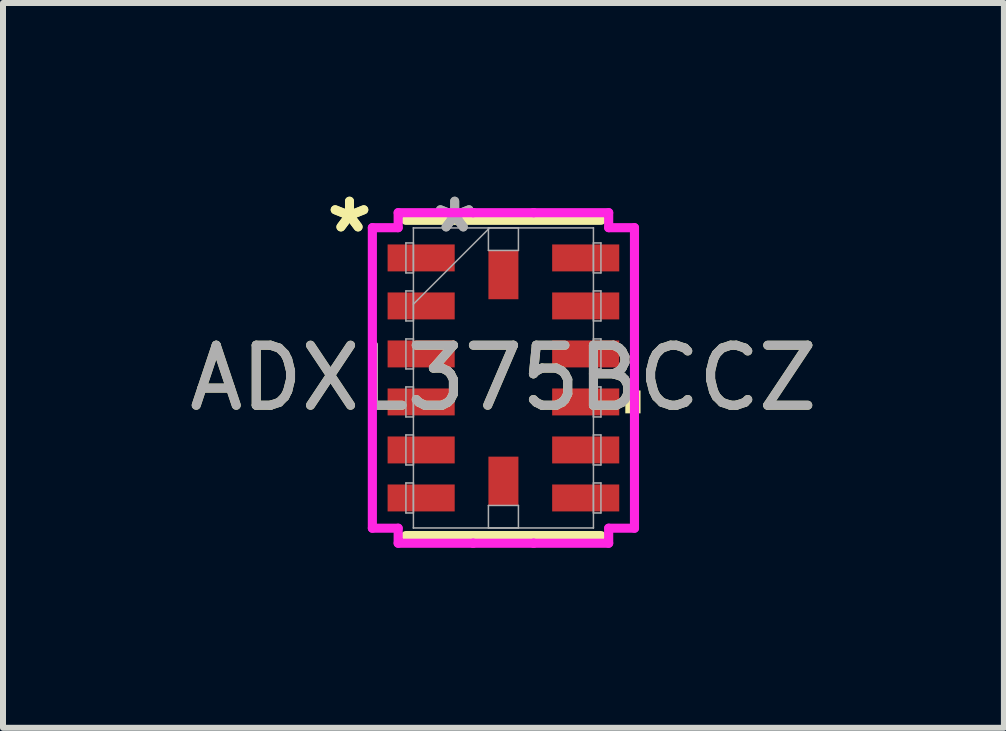
<source format=kicad_pcb>
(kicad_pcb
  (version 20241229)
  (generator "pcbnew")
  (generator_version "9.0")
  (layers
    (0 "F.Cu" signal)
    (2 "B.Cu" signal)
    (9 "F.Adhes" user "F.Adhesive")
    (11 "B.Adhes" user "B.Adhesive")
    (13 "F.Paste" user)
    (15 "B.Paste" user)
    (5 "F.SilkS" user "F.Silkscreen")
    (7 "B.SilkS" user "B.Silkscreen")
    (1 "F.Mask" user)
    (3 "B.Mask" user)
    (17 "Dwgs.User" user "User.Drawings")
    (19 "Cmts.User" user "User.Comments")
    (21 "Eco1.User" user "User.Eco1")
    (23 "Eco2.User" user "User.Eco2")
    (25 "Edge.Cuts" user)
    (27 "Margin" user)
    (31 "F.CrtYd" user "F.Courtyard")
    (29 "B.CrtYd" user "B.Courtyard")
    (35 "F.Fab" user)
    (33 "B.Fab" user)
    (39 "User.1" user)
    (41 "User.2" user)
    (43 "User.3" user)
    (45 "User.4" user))
  (footprint "ADXL375BCCZ"
    (layer "F.Cu")
    (at 5.339 3.248)
    (property "Reference" "ADXL375BCCZ" (at 0 0 0) (unlocked yes) (layer "F.SilkS") (effects (font (size 1 1) (thickness 0.15))))
    (attr smd)
    (fp_line (start -1.627 2.627) (end 1.627 2.627) (stroke (width 0.152) (type solid)) (layer "F.SilkS"))
    (fp_line (start 1.627 -2.627) (end -1.627 -2.627) (stroke (width 0.152) (type solid)) (layer "F.SilkS"))
    (fp_poly (pts (xy 2.285 0.209) (xy 2.285 0.59) (xy 2.031 0.59) (xy 2.031 0.209)) (stroke (width 0) (type solid)) (fill yes) (layer "F.SilkS"))
    (fp_line (start -2.184 -2.504) (end -1.754 -2.504) (stroke (width 0.152) (type solid)) (layer "F.CrtYd"))
    (fp_line (start -2.184 2.504) (end -2.184 -2.504) (stroke (width 0.152) (type solid)) (layer "F.CrtYd"))
    (fp_line (start -1.754 -2.754) (end -0.504 -2.754) (stroke (width 0.152) (type solid)) (layer "F.CrtYd"))
    (fp_line (start -1.754 -2.504) (end -1.754 -2.754) (stroke (width 0.152) (type solid)) (layer "F.CrtYd"))
    (fp_line (start -1.754 2.504) (end -2.184 2.504) (stroke (width 0.152) (type solid)) (layer "F.CrtYd"))
    (fp_line (start -1.754 2.754) (end -1.754 2.504) (stroke (width 0.152) (type solid)) (layer "F.CrtYd"))
    (fp_line (start -0.504 -2.754) (end -0.504 -2.754) (stroke (width 0.152) (type solid)) (layer "F.CrtYd"))
    (fp_line (start -0.504 -2.754) (end 0.504 -2.754) (stroke (width 0.152) (type solid)) (layer "F.CrtYd"))
    (fp_line (start -0.504 2.754) (end -1.754 2.754) (stroke (width 0.152) (type solid)) (layer "F.CrtYd"))
    (fp_line (start -0.504 2.754) (end -0.504 2.754) (stroke (width 0.152) (type solid)) (layer "F.CrtYd"))
    (fp_line (start 0.504 -2.754) (end 0.504 -2.754) (stroke (width 0.152) (type solid)) (layer "F.CrtYd"))
    (fp_line (start 0.504 -2.754) (end 1.754 -2.754) (stroke (width 0.152) (type solid)) (layer "F.CrtYd"))
    (fp_line (start 0.504 2.754) (end -0.504 2.754) (stroke (width 0.152) (type solid)) (layer "F.CrtYd"))
    (fp_line (start 0.504 2.754) (end 0.504 2.754) (stroke (width 0.152) (type solid)) (layer "F.CrtYd"))
    (fp_line (start 1.754 -2.754) (end 1.754 -2.504) (stroke (width 0.152) (type solid)) (layer "F.CrtYd"))
    (fp_line (start 1.754 -2.504) (end 2.184 -2.504) (stroke (width 0.152) (type solid)) (layer "F.CrtYd"))
    (fp_line (start 1.754 2.504) (end 1.754 2.754) (stroke (width 0.152) (type solid)) (layer "F.CrtYd"))
    (fp_line (start 1.754 2.754) (end 0.504 2.754) (stroke (width 0.152) (type solid)) (layer "F.CrtYd"))
    (fp_line (start 2.184 -2.504) (end 2.184 2.504) (stroke (width 0.152) (type solid)) (layer "F.CrtYd"))
    (fp_line (start 2.184 2.504) (end 1.754 2.504) (stroke (width 0.152) (type solid)) (layer "F.CrtYd"))
    (fp_line (start -1.625 -2.25) (end -1.625 -1.75) (stroke (width 0.025) (type solid)) (layer "F.Fab"))
    (fp_line (start -1.625 -1.75) (end -1.5 -1.75) (stroke (width 0.025) (type solid)) (layer "F.Fab"))
    (fp_line (start -1.625 -1.45) (end -1.625 -0.95) (stroke (width 0.025) (type solid)) (layer "F.Fab"))
    (fp_line (start -1.625 -0.95) (end -1.5 -0.95) (stroke (width 0.025) (type solid)) (layer "F.Fab"))
    (fp_line (start -1.625 -0.65) (end -1.625 -0.15) (stroke (width 0.025) (type solid)) (layer "F.Fab"))
    (fp_line (start -1.625 -0.15) (end -1.5 -0.15) (stroke (width 0.025) (type solid)) (layer "F.Fab"))
    (fp_line (start -1.625 0.15) (end -1.625 0.65) (stroke (width 0.025) (type solid)) (layer "F.Fab"))
    (fp_line (start -1.625 0.65) (end -1.5 0.65) (stroke (width 0.025) (type solid)) (layer "F.Fab"))
    (fp_line (start -1.625 0.95) (end -1.625 1.45) (stroke (width 0.025) (type solid)) (layer "F.Fab"))
    (fp_line (start -1.625 1.45) (end -1.5 1.45) (stroke (width 0.025) (type solid)) (layer "F.Fab"))
    (fp_line (start -1.625 1.75) (end -1.625 2.25) (stroke (width 0.025) (type solid)) (layer "F.Fab"))
    (fp_line (start -1.625 2.25) (end -1.5 2.25) (stroke (width 0.025) (type solid)) (layer "F.Fab"))
    (fp_line (start -1.5 -2.5) (end -1.5 -2.5) (stroke (width 0.025) (type solid)) (layer "F.Fab"))
    (fp_line (start -1.5 -2.5) (end -1.5 2.5) (stroke (width 0.025) (type solid)) (layer "F.Fab"))
    (fp_line (start -1.5 -2.25) (end -1.625 -2.25) (stroke (width 0.025) (type solid)) (layer "F.Fab"))
    (fp_line (start -1.5 -1.75) (end -1.5 -2.25) (stroke (width 0.025) (type solid)) (layer "F.Fab"))
    (fp_line (start -1.5 -1.45) (end -1.625 -1.45) (stroke (width 0.025) (type solid)) (layer "F.Fab"))
    (fp_line (start -1.5 -1.23) (end -0.23 -2.5) (stroke (width 0.025) (type solid)) (layer "F.Fab"))
    (fp_line (start -1.5 -0.95) (end -1.5 -1.45) (stroke (width 0.025) (type solid)) (layer "F.Fab"))
    (fp_line (start -1.5 -0.65) (end -1.625 -0.65) (stroke (width 0.025) (type solid)) (layer "F.Fab"))
    (fp_line (start -1.5 -0.15) (end -1.5 -0.65) (stroke (width 0.025) (type solid)) (layer "F.Fab"))
    (fp_line (start -1.5 0.15) (end -1.625 0.15) (stroke (width 0.025) (type solid)) (layer "F.Fab"))
    (fp_line (start -1.5 0.65) (end -1.5 0.15) (stroke (width 0.025) (type solid)) (layer "F.Fab"))
    (fp_line (start -1.5 0.95) (end -1.625 0.95) (stroke (width 0.025) (type solid)) (layer "F.Fab"))
    (fp_line (start -1.5 1.45) (end -1.5 0.95) (stroke (width 0.025) (type solid)) (layer "F.Fab"))
    (fp_line (start -1.5 1.75) (end -1.625 1.75) (stroke (width 0.025) (type solid)) (layer "F.Fab"))
    (fp_line (start -1.5 2.25) (end -1.5 1.75) (stroke (width 0.025) (type solid)) (layer "F.Fab"))
    (fp_line (start -1.5 2.5) (end -1.5 2.5) (stroke (width 0.025) (type solid)) (layer "F.Fab"))
    (fp_line (start -1.5 2.5) (end 1.5 2.5) (stroke (width 0.025) (type solid)) (layer "F.Fab"))
    (fp_line (start -0.25 -2.5) (end 0.25 -2.5) (stroke (width 0.025) (type solid)) (layer "F.Fab"))
    (fp_line (start -0.25 -2.125) (end -0.25 -2.5) (stroke (width 0.025) (type solid)) (layer "F.Fab"))
    (fp_line (start -0.25 2.125) (end 0.25 2.125) (stroke (width 0.025) (type solid)) (layer "F.Fab"))
    (fp_line (start -0.25 2.5) (end -0.25 2.125) (stroke (width 0.025) (type solid)) (layer "F.Fab"))
    (fp_line (start 0.25 -2.5) (end 0.25 -2.125) (stroke (width 0.025) (type solid)) (layer "F.Fab"))
    (fp_line (start 0.25 -2.125) (end -0.25 -2.125) (stroke (width 0.025) (type solid)) (layer "F.Fab"))
    (fp_line (start 0.25 2.125) (end 0.25 2.5) (stroke (width 0.025) (type solid)) (layer "F.Fab"))
    (fp_line (start 0.25 2.5) (end -0.25 2.5) (stroke (width 0.025) (type solid)) (layer "F.Fab"))
    (fp_line (start 1.5 -2.5) (end -1.5 -2.5) (stroke (width 0.025) (type solid)) (layer "F.Fab"))
    (fp_line (start 1.5 -2.5) (end 1.5 -2.5) (stroke (width 0.025) (type solid)) (layer "F.Fab"))
    (fp_line (start 1.5 -2.25) (end 1.5 -1.75) (stroke (width 0.025) (type solid)) (layer "F.Fab"))
    (fp_line (start 1.5 -1.75) (end 1.625 -1.75) (stroke (width 0.025) (type solid)) (layer "F.Fab"))
    (fp_line (start 1.5 -1.45) (end 1.5 -0.95) (stroke (width 0.025) (type solid)) (layer "F.Fab"))
    (fp_line (start 1.5 -0.95) (end 1.625 -0.95) (stroke (width 0.025) (type solid)) (layer "F.Fab"))
    (fp_line (start 1.5 -0.65) (end 1.5 -0.15) (stroke (width 0.025) (type solid)) (layer "F.Fab"))
    (fp_line (start 1.5 -0.15) (end 1.625 -0.15) (stroke (width 0.025) (type solid)) (layer "F.Fab"))
    (fp_line (start 1.5 0.15) (end 1.5 0.65) (stroke (width 0.025) (type solid)) (layer "F.Fab"))
    (fp_line (start 1.5 0.65) (end 1.625 0.65) (stroke (width 0.025) (type solid)) (layer "F.Fab"))
    (fp_line (start 1.5 0.95) (end 1.5 1.45) (stroke (width 0.025) (type solid)) (layer "F.Fab"))
    (fp_line (start 1.5 1.45) (end 1.625 1.45) (stroke (width 0.025) (type solid)) (layer "F.Fab"))
    (fp_line (start 1.5 1.75) (end 1.5 2.25) (stroke (width 0.025) (type solid)) (layer "F.Fab"))
    (fp_line (start 1.5 2.25) (end 1.625 2.25) (stroke (width 0.025) (type solid)) (layer "F.Fab"))
    (fp_line (start 1.5 2.5) (end 1.5 -2.5) (stroke (width 0.025) (type solid)) (layer "F.Fab"))
    (fp_line (start 1.5 2.5) (end 1.5 2.5) (stroke (width 0.025) (type solid)) (layer "F.Fab"))
    (fp_line (start 1.625 -2.25) (end 1.5 -2.25) (stroke (width 0.025) (type solid)) (layer "F.Fab"))
    (fp_line (start 1.625 -1.75) (end 1.625 -2.25) (stroke (width 0.025) (type solid)) (layer "F.Fab"))
    (fp_line (start 1.625 -1.45) (end 1.5 -1.45) (stroke (width 0.025) (type solid)) (layer "F.Fab"))
    (fp_line (start 1.625 -0.95) (end 1.625 -1.45) (stroke (width 0.025) (type solid)) (layer "F.Fab"))
    (fp_line (start 1.625 -0.65) (end 1.5 -0.65) (stroke (width 0.025) (type solid)) (layer "F.Fab"))
    (fp_line (start 1.625 -0.15) (end 1.625 -0.65) (stroke (width 0.025) (type solid)) (layer "F.Fab"))
    (fp_line (start 1.625 0.15) (end 1.5 0.15) (stroke (width 0.025) (type solid)) (layer "F.Fab"))
    (fp_line (start 1.625 0.65) (end 1.625 0.15) (stroke (width 0.025) (type solid)) (layer "F.Fab"))
    (fp_line (start 1.625 0.95) (end 1.5 0.95) (stroke (width 0.025) (type solid)) (layer "F.Fab"))
    (fp_line (start 1.625 1.45) (end 1.625 0.95) (stroke (width 0.025) (type solid)) (layer "F.Fab"))
    (fp_line (start 1.625 1.75) (end 1.5 1.75) (stroke (width 0.025) (type solid)) (layer "F.Fab"))
    (fp_line (start 1.625 2.25) (end 1.625 1.75) (stroke (width 0.025) (type solid)) (layer "F.Fab"))
    (fp_text user "*" (at -2.565 -2.4 0) (layer "F.SilkS") (effects (font (size 1 1) (thickness 0.15))))
    (fp_text user "*" (at -2.565 -2.4 0) (unlocked yes) (layer "F.SilkS") (effects (font (size 1 1) (thickness 0.15))))
    (fp_text user "${REFERENCE}" (at 0 0 0) (unlocked yes) (layer "F.Fab") (effects (font (size 1 1) (thickness 0.15))))
    (fp_text user "*" (at -0.812 -2.4 0) (layer "F.Fab") (effects (font (size 1 1) (thickness 0.15))))
    (fp_text user "*" (at -0.812 -2.4 0) (unlocked yes) (layer "F.Fab") (effects (font (size 1 1) (thickness 0.15))))
    (pad "1" smd rect (at -1.371 -2 90) (size 0.449 1.118) (layers "F.Cu" "F.Mask" "F.Paste"))
    (pad "2" smd rect (at -1.371 -1.2 90) (size 0.449 1.118) (layers "F.Cu" "F.Mask" "F.Paste"))
    (pad "3" smd rect (at -1.371 -0.4 90) (size 0.449 1.118) (layers "F.Cu" "F.Mask" "F.Paste"))
    (pad "4" smd rect (at -1.371 0.4 90) (size 0.449 1.118) (layers "F.Cu" "F.Mask" "F.Paste"))
    (pad "5" smd rect (at -1.371 1.2 90) (size 0.449 1.118) (layers "F.Cu" "F.Mask" "F.Paste"))
    (pad "6" smd rect (at -1.371 2 90) (size 0.449 1.118) (layers "F.Cu" "F.Mask" "F.Paste"))
    (pad "7" smd rect (at 0 1.718) (size 0.5 0.813) (layers "F.Cu" "F.Mask" "F.Paste"))
    (pad "8" smd rect (at 1.371 2 90) (size 0.449 1.118) (layers "F.Cu" "F.Mask" "F.Paste"))
    (pad "9" smd rect (at 1.371 1.2 90) (size 0.449 1.118) (layers "F.Cu" "F.Mask" "F.Paste"))
    (pad "10" smd rect (at 1.371 0.4 90) (size 0.449 1.118) (layers "F.Cu" "F.Mask" "F.Paste"))
    (pad "11" smd rect (at 1.371 -0.4 90) (size 0.449 1.118) (layers "F.Cu" "F.Mask" "F.Paste"))
    (pad "12" smd rect (at 1.371 -1.2 90) (size 0.449 1.118) (layers "F.Cu" "F.Mask" "F.Paste"))
    (pad "13" smd rect (at 1.371 -2 90) (size 0.449 1.118) (layers "F.Cu" "F.Mask" "F.Paste"))
    (pad "14" smd rect (at 0 -1.718) (size 0.5 0.813) (layers "F.Cu" "F.Mask" "F.Paste")))
  (gr_rect
    (start -3 -3)
    (end 13.679 9.078)
    (stroke (width 0.1) (type default))
    (fill no)
    (layer "Edge.Cuts")))
</source>
